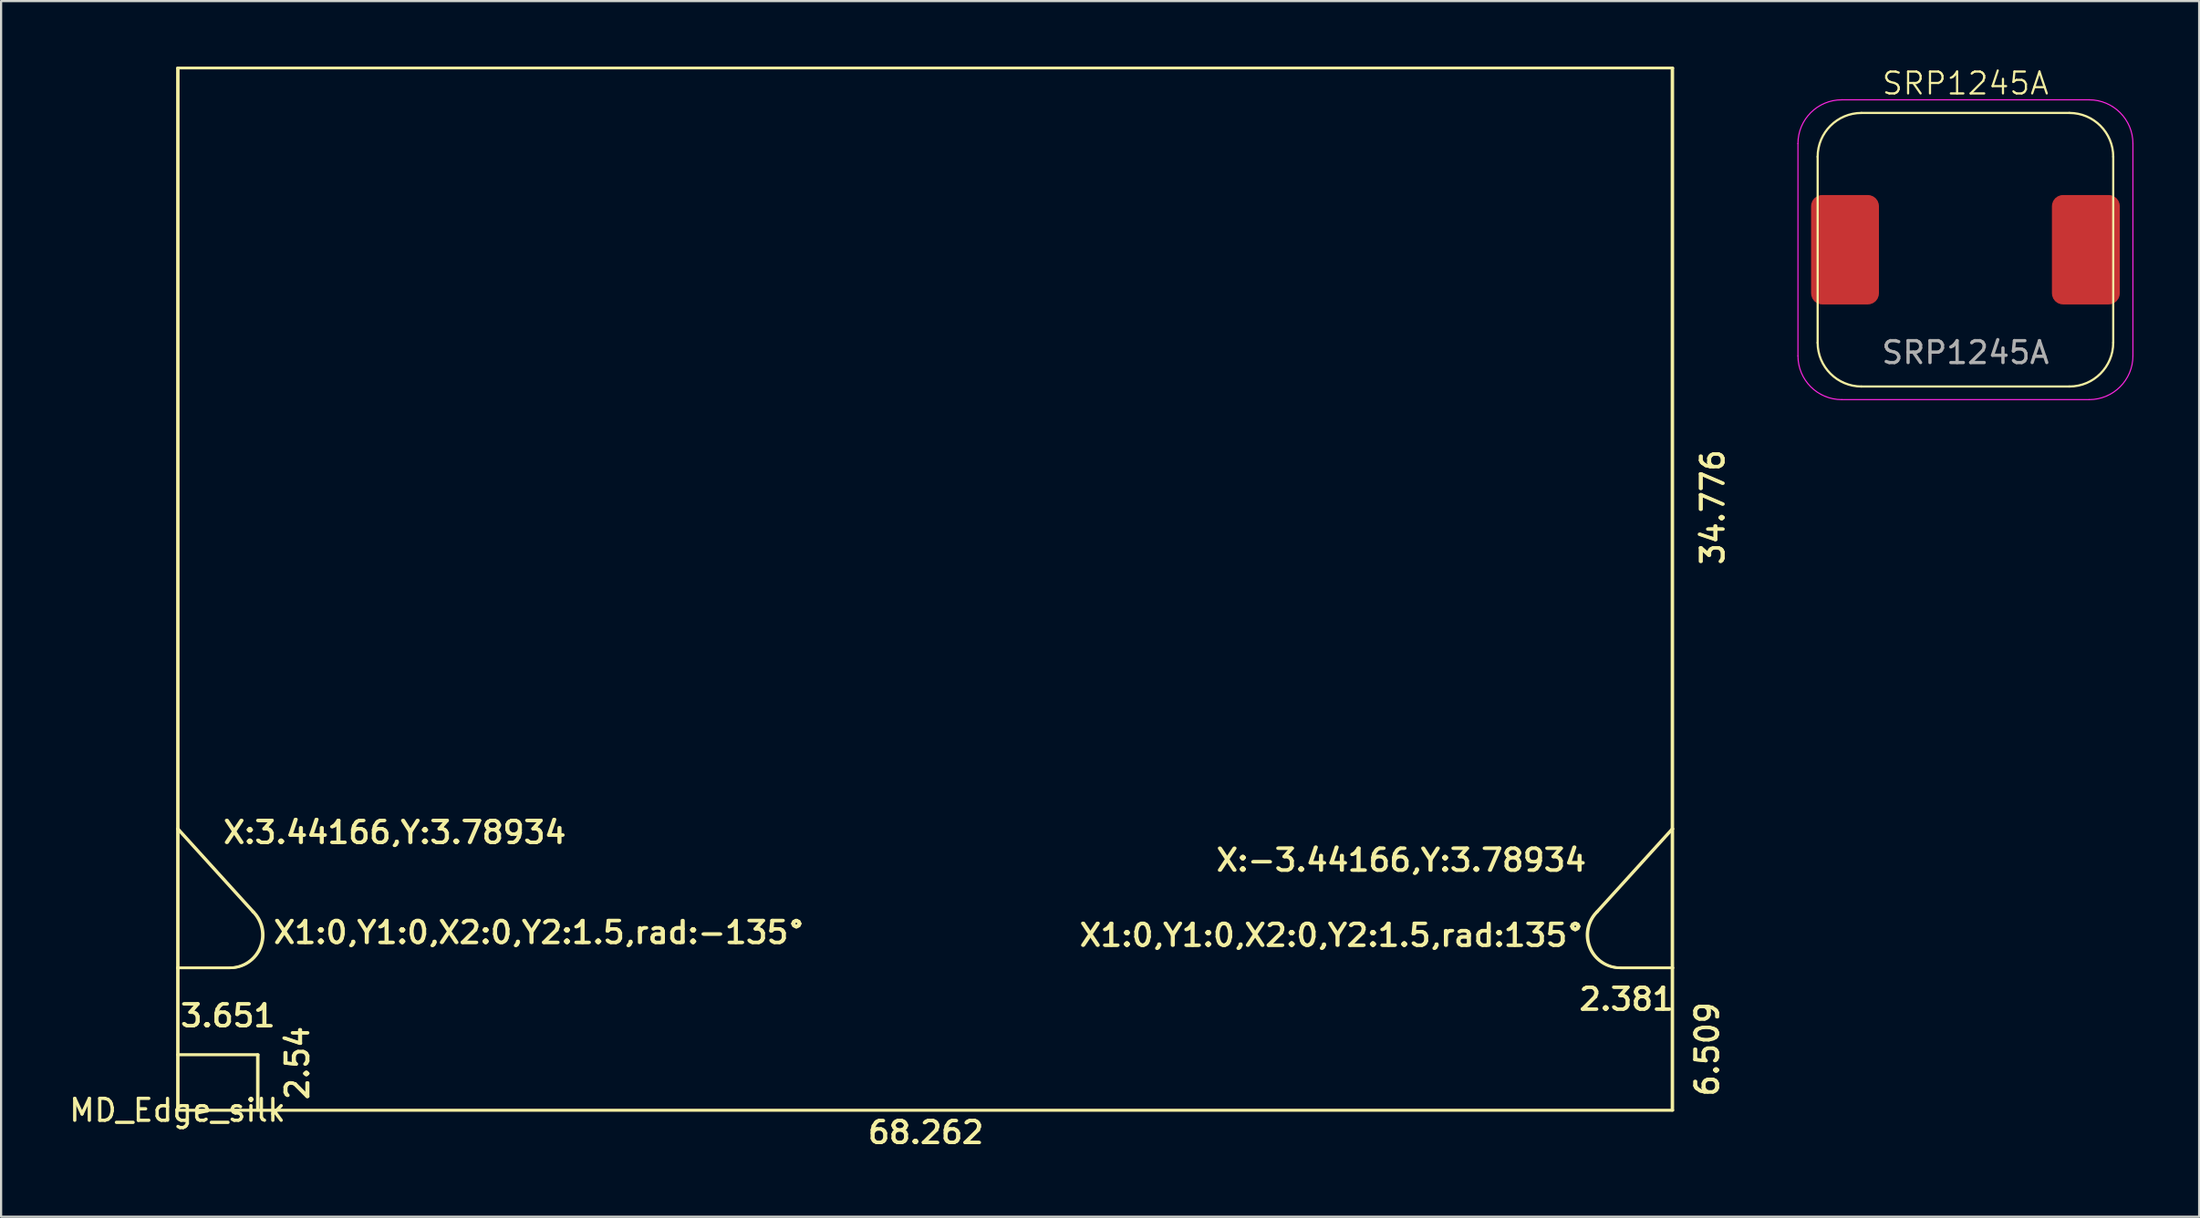
<source format=kicad_pcb>
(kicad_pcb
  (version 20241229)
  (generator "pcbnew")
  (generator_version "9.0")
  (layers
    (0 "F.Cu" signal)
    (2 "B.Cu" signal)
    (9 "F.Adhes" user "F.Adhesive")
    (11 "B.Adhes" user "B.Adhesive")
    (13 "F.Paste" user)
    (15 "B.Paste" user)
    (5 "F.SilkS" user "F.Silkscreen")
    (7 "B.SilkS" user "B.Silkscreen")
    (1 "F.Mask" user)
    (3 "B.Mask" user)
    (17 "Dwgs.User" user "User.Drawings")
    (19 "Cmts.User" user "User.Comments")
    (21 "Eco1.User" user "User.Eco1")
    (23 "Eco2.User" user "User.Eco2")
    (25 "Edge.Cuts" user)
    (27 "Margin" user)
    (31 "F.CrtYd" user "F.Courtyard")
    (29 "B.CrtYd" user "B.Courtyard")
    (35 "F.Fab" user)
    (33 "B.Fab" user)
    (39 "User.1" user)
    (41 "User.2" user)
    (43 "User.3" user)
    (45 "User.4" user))
  (footprint "SRP1245A"
    (layer "F.Cu")
    (at 81.219 8.361)
    (property "Reference" "SRP1245A" (at 5.5 -7.6 0) (unlocked yes) (layer "F.SilkS") (effects (font (size 1 1) (thickness 0.1))))
    (attr smd)
    (fp_line (start -1.25 4.25) (end -1.25 -4.25) (stroke (width 0.1) (type default)) (layer "F.SilkS"))
    (fp_line (start 0.75 -6.25) (end 10.25 -6.25) (stroke (width 0.1) (type default)) (layer "F.SilkS"))
    (fp_line (start 10.25 6.25) (end 0.75 6.25) (stroke (width 0.1) (type default)) (layer "F.SilkS"))
    (fp_line (start 12.25 -4.25) (end 12.25 4.25) (stroke (width 0.1) (type default)) (layer "F.SilkS"))
    (fp_arc (start -1.25 -4.25) (mid -0.664214 -5.664214) (end 0.75 -6.25) (stroke (width 0.1) (type default)) (layer "F.SilkS"))
    (fp_arc (start 0.75 6.25) (mid -0.664214 5.664214) (end -1.25 4.25) (stroke (width 0.1) (type default)) (layer "F.SilkS"))
    (fp_arc (start 10.25 -6.25) (mid 11.664214 -5.664214) (end 12.25 -4.25) (stroke (width 0.1) (type default)) (layer "F.SilkS"))
    (fp_arc (start 12.25 4.25) (mid 11.664214 5.664214) (end 10.25 6.25) (stroke (width 0.1) (type default)) (layer "F.SilkS"))
    (fp_line (start -2.15 4.85) (end -2.15 -4.85) (stroke (width 0.05) (type default)) (layer "F.CrtYd"))
    (fp_line (start -0.15 -6.85) (end 11.15 -6.85) (stroke (width 0.05) (type default)) (layer "F.CrtYd"))
    (fp_line (start 11.15 6.85) (end -0.15 6.85) (stroke (width 0.05) (type default)) (layer "F.CrtYd"))
    (fp_line (start 13.15 -4.85) (end 13.15 4.85) (stroke (width 0.05) (type default)) (layer "F.CrtYd"))
    (fp_arc (start -2.15 -4.85) (mid -1.564214 -6.264214) (end -0.15 -6.85) (stroke (width 0.05) (type default)) (layer "F.CrtYd"))
    (fp_arc (start -0.15 6.85) (mid -1.564214 6.264214) (end -2.15 4.85) (stroke (width 0.05) (type default)) (layer "F.CrtYd"))
    (fp_arc (start 11.15 -6.85) (mid 12.564214 -6.264214) (end 13.15 -4.85) (stroke (width 0.05) (type default)) (layer "F.CrtYd"))
    (fp_arc (start 13.15 4.85) (mid 12.564214 6.264214) (end 11.15 6.85) (stroke (width 0.05) (type default)) (layer "F.CrtYd"))
    (fp_text user "${REFERENCE}" (at 5.5 4.7 0) (unlocked yes) (layer "F.Fab") (effects (font (size 1 1) (thickness 0.15))))
    (pad "1" smd roundrect (at 0 0) (size 3.1 5) (layers "F.Cu" "F.Mask" "F.Paste") (roundrect_rratio 0.164))
    (pad "2" smd roundrect (at 11 0) (size 3.1 5) (layers "F.Cu" "F.Mask" "F.Paste") (roundrect_rratio 0.164)))
  (footprint "MD_Edge_silk"
    (layer "F.Cu")
    (at 5.054 47.685)
    (property "Reference" "MD_Edge_silk" (at 0 0 0) (layer "F.SilkS") (effects (font (size 1 1) (thickness 0.15))))
    (attr exclude_from_pos_files exclude_from_bom)
    (fp_line (start 0 -47.625) (end 68.262 -47.625) (stroke (width 0.12) (type solid)) (layer "F.SilkS"))
    (fp_line (start 0 -12.859) (end 0 -47.625) (stroke (width 0.12) (type solid)) (layer "F.SilkS"))
    (fp_line (start 0 -12.859) (end 3.442 -9.07) (stroke (width 0.12) (type solid)) (layer "F.SilkS"))
    (fp_line (start 0 -6.509) (end 0 -12.859) (stroke (width 0.12) (type solid)) (layer "F.SilkS"))
    (fp_line (start 0 -6.509) (end 2.381 -6.509) (stroke (width 0.12) (type solid)) (layer "F.SilkS"))
    (fp_line (start 0 -2.54) (end 3.651 -2.54) (stroke (width 0.12) (type solid)) (layer "F.SilkS"))
    (fp_line (start 0 0) (end 0 -6.509) (stroke (width 0.12) (type solid)) (layer "F.SilkS"))
    (fp_line (start 0 0) (end 68.262 0) (stroke (width 0.12) (type solid)) (layer "F.SilkS"))
    (fp_line (start 0.038 -47.625) (end 68.3 -47.625) (stroke (width 0.12) (type solid)) (layer "F.SilkS"))
    (fp_line (start 0.038 -12.859) (end 0.038 -47.625) (stroke (width 0.12) (type solid)) (layer "F.SilkS"))
    (fp_line (start 0.038 -12.859) (end 3.48 -9.07) (stroke (width 0.12) (type solid)) (layer "F.SilkS"))
    (fp_line (start 0.038 -6.509) (end 0.038 -12.859) (stroke (width 0.12) (type solid)) (layer "F.SilkS"))
    (fp_line (start 0.038 -6.509) (end 2.419 -6.509) (stroke (width 0.12) (type solid)) (layer "F.SilkS"))
    (fp_line (start 0.038 -2.54) (end 3.689 -2.54) (stroke (width 0.12) (type solid)) (layer "F.SilkS"))
    (fp_line (start 0.038 0) (end 0.038 -6.509) (stroke (width 0.12) (type solid)) (layer "F.SilkS"))
    (fp_line (start 0.038 0) (end 68.3 0) (stroke (width 0.12) (type solid)) (layer "F.SilkS"))
    (fp_line (start 3.651 0) (end 3.651 -2.54) (stroke (width 0.12) (type solid)) (layer "F.SilkS"))
    (fp_line (start 3.689 0) (end 3.689 -2.54) (stroke (width 0.12) (type solid)) (layer "F.SilkS"))
    (fp_line (start 68.262 -12.859) (end 64.82 -9.07) (stroke (width 0.12) (type solid)) (layer "F.SilkS"))
    (fp_line (start 68.262 -12.859) (end 68.262 -47.625) (stroke (width 0.12) (type solid)) (layer "F.SilkS"))
    (fp_line (start 68.262 -6.509) (end 65.881 -6.509) (stroke (width 0.12) (type solid)) (layer "F.SilkS"))
    (fp_line (start 68.262 -6.509) (end 68.262 -12.859) (stroke (width 0.12) (type solid)) (layer "F.SilkS"))
    (fp_line (start 68.262 0) (end 68.262 -6.509) (stroke (width 0.12) (type solid)) (layer "F.SilkS"))
    (fp_line (start 68.3 -12.859) (end 64.858 -9.07) (stroke (width 0.12) (type solid)) (layer "F.SilkS"))
    (fp_line (start 68.3 -12.859) (end 68.3 -47.625) (stroke (width 0.12) (type solid)) (layer "F.SilkS"))
    (fp_line (start 68.3 -6.509) (end 65.919 -6.509) (stroke (width 0.12) (type solid)) (layer "F.SilkS"))
    (fp_line (start 68.3 -6.509) (end 68.3 -12.859) (stroke (width 0.12) (type solid)) (layer "F.SilkS"))
    (fp_line (start 68.3 0) (end 68.3 -6.509) (stroke (width 0.12) (type solid)) (layer "F.SilkS"))
    (fp_arc (start 3.44166 -9.06966) (mid 3.766819 -7.434975) (end 2.381 -6.509) (stroke (width 0.12) (type solid)) (layer "F.SilkS"))
    (fp_arc (start 3.47966 -9.06966) (mid 3.804819 -7.434975) (end 2.419 -6.509) (stroke (width 0.12) (type solid)) (layer "F.SilkS"))
    (fp_arc (start 65.881 -6.509) (mid 64.495181 -7.434975) (end 64.82034 -9.06966) (stroke (width 0.12) (type solid)) (layer "F.SilkS"))
    (fp_arc (start 65.919 -6.509) (mid 64.533181 -7.434975) (end 64.85834 -9.06966) (stroke (width 0.12) (type solid)) (layer "F.SilkS"))
    (fp_text user "X:-3.44166,Y:3.78934" (at 55.918 -11.43 0) (layer "F.SilkS") (effects (font (size 1 1) (thickness 0.15))))
    (fp_text user "6.509" (at 69.888 -2.794 90) (layer "F.SilkS") (effects (font (size 1 1) (thickness 0.15))))
    (fp_text user "X1:0,Y1:0,X2:0,Y2:1.5,rad:-135°" (at 16.548 -8.128 0) (layer "F.SilkS") (effects (font (size 1 1) (thickness 0.15))))
    (fp_text user "X:3.44166,Y:3.78934" (at 9.944 -12.7 0) (layer "F.SilkS") (effects (font (size 1 1) (thickness 0.15))))
    (fp_text user "2.54" (at 5.499 -2.159 90) (layer "F.SilkS") (effects (font (size 1 1) (thickness 0.15))))
    (fp_text user "34.776" (at 70.104 -27.559 90) (layer "F.SilkS") (effects (font (size 1 1) (thickness 0.15))))
    (fp_text user "2.381" (at 66.205 -5.08 0) (layer "F.SilkS") (effects (font (size 1 1) (thickness 0.15))))
    (fp_text user "6.509" (at 69.85 -2.794 90) (layer "F.SilkS") (effects (font (size 1 1) (thickness 0.15))))
    (fp_text user "X1:0,Y1:0,X2:0,Y2:1.5,rad:135°" (at 52.705 -8.001 0) (layer "F.SilkS") (effects (font (size 1 1) (thickness 0.15))))
    (fp_text user "X1:0,Y1:0,X2:0,Y2:1.5,rad:135°" (at 52.743 -8.001 0) (layer "F.SilkS") (effects (font (size 1 1) (thickness 0.15))))
    (fp_text user "68.262" (at 34.201 1.016 0) (layer "F.SilkS") (effects (font (size 1 1) (thickness 0.15))))
    (fp_text user "X1:0,Y1:0,X2:0,Y2:1.5,rad:-135°" (at 16.51 -8.128 0) (layer "F.SilkS") (effects (font (size 1 1) (thickness 0.15))))
    (fp_text user "34.776" (at 70.142 -27.559 90) (layer "F.SilkS") (effects (font (size 1 1) (thickness 0.15))))
    (fp_text user "2.54" (at 5.461 -2.159 90) (layer "F.SilkS") (effects (font (size 1 1) (thickness 0.15))))
    (fp_text user "X:3.44166,Y:3.78934" (at 9.906 -12.7 0) (layer "F.SilkS") (effects (font (size 1 1) (thickness 0.15))))
    (fp_text user "68.262" (at 34.163 1.016 0) (layer "F.SilkS") (effects (font (size 1 1) (thickness 0.15))))
    (fp_text user "2.381" (at 66.167 -5.08 0) (layer "F.SilkS") (effects (font (size 1 1) (thickness 0.15))))
    (fp_text user "X:-3.44166,Y:3.78934" (at 55.88 -11.43 0) (layer "F.SilkS") (effects (font (size 1 1) (thickness 0.15))))
    (fp_text user "3.651" (at 2.286 -4.318 0) (layer "F.SilkS") (effects (font (size 1 1) (thickness 0.15))))
    (fp_text user "3.651" (at 2.324 -4.318 0) (layer "F.SilkS") (effects (font (size 1 1) (thickness 0.15)))))
  (gr_rect
    (start -3 -3)
    (end 97.394 52.549)
    (stroke (width 0.1) (type default))
    (fill no)
    (layer "Edge.Cuts")))
</source>
